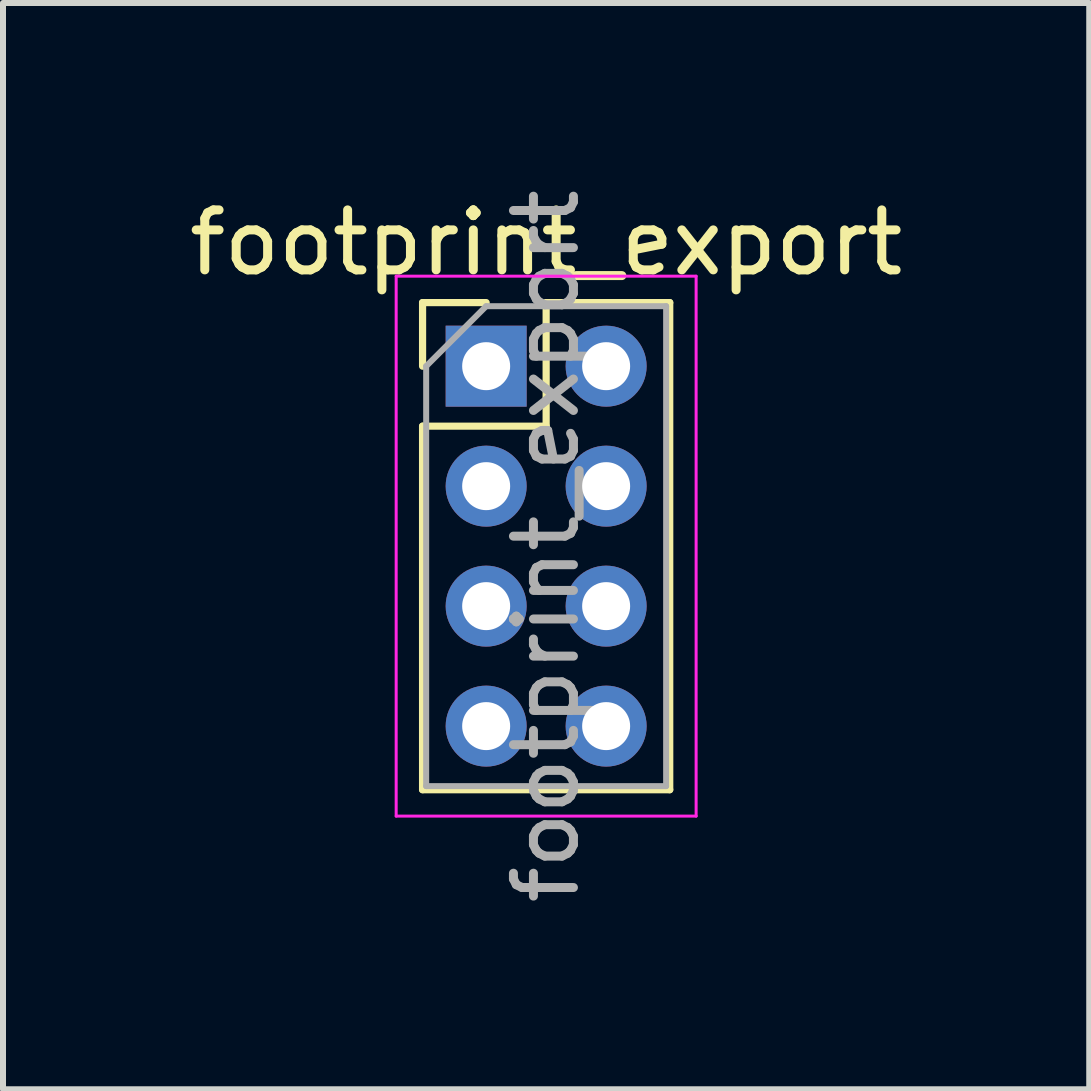
<source format=kicad_pcb>
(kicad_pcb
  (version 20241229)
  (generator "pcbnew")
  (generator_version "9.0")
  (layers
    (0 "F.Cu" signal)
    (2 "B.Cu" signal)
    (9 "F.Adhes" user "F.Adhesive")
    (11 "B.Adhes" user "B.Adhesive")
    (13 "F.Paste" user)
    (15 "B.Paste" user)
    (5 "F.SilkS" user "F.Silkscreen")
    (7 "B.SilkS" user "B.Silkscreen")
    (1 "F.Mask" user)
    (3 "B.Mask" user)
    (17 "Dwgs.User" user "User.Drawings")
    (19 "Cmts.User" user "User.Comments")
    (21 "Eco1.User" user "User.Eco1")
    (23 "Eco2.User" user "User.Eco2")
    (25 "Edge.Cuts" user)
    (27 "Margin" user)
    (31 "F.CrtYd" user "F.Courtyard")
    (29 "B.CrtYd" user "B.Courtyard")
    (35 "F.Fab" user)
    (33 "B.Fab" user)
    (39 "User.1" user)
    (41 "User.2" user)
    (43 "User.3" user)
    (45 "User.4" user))
  (footprint "footprint_export"
    (layer "F.Cu")
    (at 5.054 3.054)
    (property "Reference" "footprint_export" (at 1 -2.06 0) (layer "F.SilkS") (effects (font (size 1 1) (thickness 0.15))))
    (attr through_hole)
    (fp_line (start -1.06 -1.06) (end 0 -1.06) (stroke (width 0.12) (type solid)) (layer "F.SilkS"))
    (fp_line (start -1.06 0) (end -1.06 -1.06) (stroke (width 0.12) (type solid)) (layer "F.SilkS"))
    (fp_line (start -1.06 1) (end -1.06 7.06) (stroke (width 0.12) (type solid)) (layer "F.SilkS"))
    (fp_line (start -1.06 1) (end 1 1) (stroke (width 0.12) (type solid)) (layer "F.SilkS"))
    (fp_line (start -1.06 7.06) (end 3.06 7.06) (stroke (width 0.12) (type solid)) (layer "F.SilkS"))
    (fp_line (start 1 -1.06) (end 3.06 -1.06) (stroke (width 0.12) (type solid)) (layer "F.SilkS"))
    (fp_line (start 1 1) (end 1 -1.06) (stroke (width 0.12) (type solid)) (layer "F.SilkS"))
    (fp_line (start 3.06 -1.06) (end 3.06 7.06) (stroke (width 0.12) (type solid)) (layer "F.SilkS"))
    (fp_line (start -1.5 -1.5) (end -1.5 7.5) (stroke (width 0.05) (type solid)) (layer "F.CrtYd"))
    (fp_line (start -1.5 7.5) (end 3.5 7.5) (stroke (width 0.05) (type solid)) (layer "F.CrtYd"))
    (fp_line (start 3.5 -1.5) (end -1.5 -1.5) (stroke (width 0.05) (type solid)) (layer "F.CrtYd"))
    (fp_line (start 3.5 7.5) (end 3.5 -1.5) (stroke (width 0.05) (type solid)) (layer "F.CrtYd"))
    (fp_line (start -1 0) (end 0 -1) (stroke (width 0.1) (type solid)) (layer "F.Fab"))
    (fp_line (start -1 7) (end -1 0) (stroke (width 0.1) (type solid)) (layer "F.Fab"))
    (fp_line (start 0 -1) (end 3 -1) (stroke (width 0.1) (type solid)) (layer "F.Fab"))
    (fp_line (start 3 -1) (end 3 7) (stroke (width 0.1) (type solid)) (layer "F.Fab"))
    (fp_line (start 3 7) (end -1 7) (stroke (width 0.1) (type solid)) (layer "F.Fab"))
    (fp_text user "${REFERENCE}" (at 1 3 90) (layer "F.Fab") (effects (font (size 1 1) (thickness 0.15))))
    (pad "1" thru_hole rect (at 0 0) (size 1.35 1.35) (drill 0.8) (layers "*.Cu" "*.Mask"))
    (pad "2" thru_hole oval (at 2 0) (size 1.35 1.35) (drill 0.8) (layers "*.Cu" "*.Mask"))
    (pad "3" thru_hole oval (at 0 2) (size 1.35 1.35) (drill 0.8) (layers "*.Cu" "*.Mask"))
    (pad "4" thru_hole oval (at 2 2) (size 1.35 1.35) (drill 0.8) (layers "*.Cu" "*.Mask"))
    (pad "5" thru_hole oval (at 0 4) (size 1.35 1.35) (drill 0.8) (layers "*.Cu" "*.Mask"))
    (pad "6" thru_hole oval (at 2 4) (size 1.35 1.35) (drill 0.8) (layers "*.Cu" "*.Mask"))
    (pad "7" thru_hole oval (at 0 6) (size 1.35 1.35) (drill 0.8) (layers "*.Cu" "*.Mask"))
    (pad "8" thru_hole oval (at 2 6) (size 1.35 1.35) (drill 0.8) (layers "*.Cu" "*.Mask")))
  (gr_rect
    (start -3 -3)
    (end 15.107 15.107)
    (stroke (width 0.1) (type default))
    (fill no)
    (layer "Edge.Cuts")))
</source>
